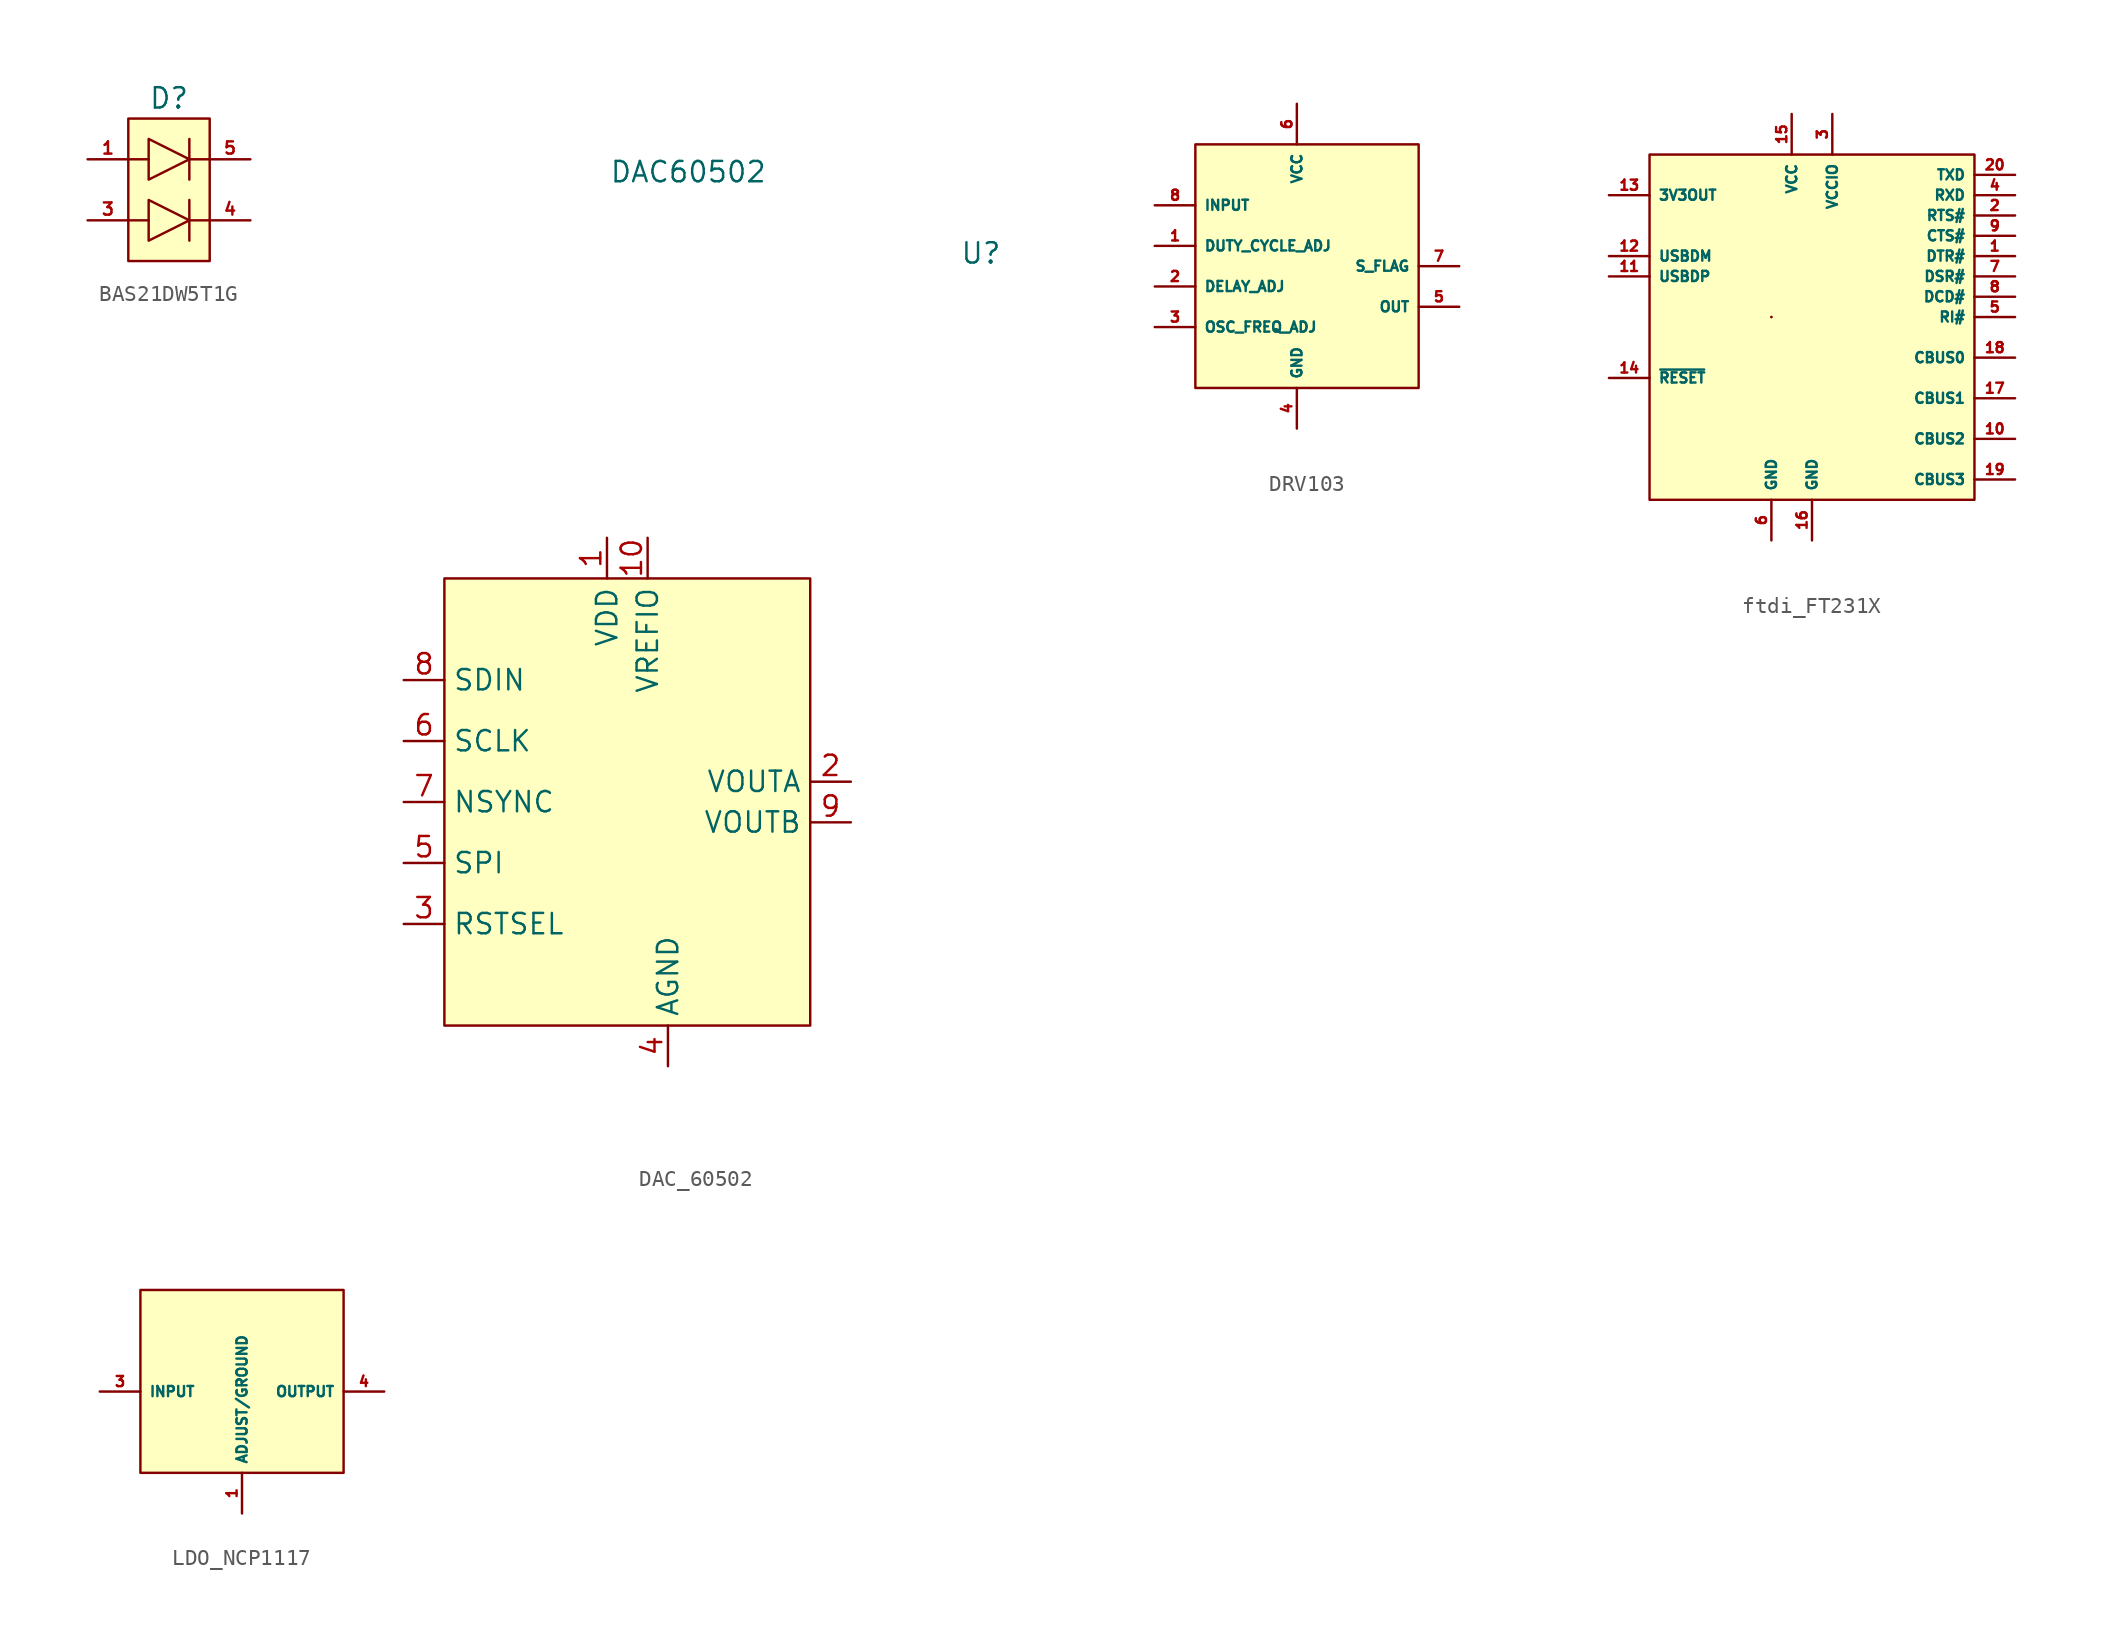
<source format=kicad_sym>
(kicad_symbol_lib
  (version 20241209)
  (generator "kicad_symbol_editor")
  (generator_version "9.0")
  (symbol "BAS21DW5T1G"
    (property "Reference" "D"
      (at 0 6.35 0)
      (effects (font (size 1.27 1.27))))
    (property "Value" ""
      (at 0 2.54 0)
      (effects (font (size 1.27 1.27))))
    (symbol "BAS21DW5T1G_0_1"
      (polyline (pts (xy -2.54 2.54) (xy -1.27 2.54)) (stroke (width 0) (type default)) (fill (type none)))
      (polyline (pts (xy -2.54 -1.27) (xy -1.27 -1.27)) (stroke (width 0) (type default)) (fill (type none)))
      (polyline (pts (xy -1.27 3.81) (xy -1.27 1.27) (xy 1.27 2.54) (xy -1.27 3.81)) (stroke (width 0) (type default)) (fill (type none)))
      (polyline (pts (xy -1.27 0) (xy -1.27 -2.54) (xy 1.27 -1.27) (xy -1.27 0)) (stroke (width 0) (type default)) (fill (type none)))
      (polyline (pts (xy 1.27 3.81) (xy 1.27 1.27)) (stroke (width 0) (type default)) (fill (type none)))
      (polyline (pts (xy 1.27 2.54) (xy 2.54 2.54)) (stroke (width 0) (type default)) (fill (type none)))
      (polyline (pts (xy 1.27 0) (xy 1.27 -2.54)) (stroke (width 0) (type default)) (fill (type none)))
      (polyline (pts (xy 1.27 -1.27) (xy 2.54 -1.27)) (stroke (width 0) (type default)) (fill (type none))))
    (symbol "BAS21DW5T1G_1_1"
      (rectangle (start -2.54 5.08) (end 2.54 -3.81) (stroke (width 0) (type default)) (fill (type background)))
      (pin passive line (at -5.08 2.54 0) (length 2.54) (name "" (effects (font (size 0.762 0.762)))) (number "1" (effects (font (size 0.762 0.762)))))
      (pin passive line (at -5.08 -1.27 0) (length 2.54) (name "" (effects (font (size 0.762 0.762)))) (number "3" (effects (font (size 0.762 0.762)))))
      (pin no_connect line (at -5.08 -2.54 0) (length 2.54) (hide yes) (name "" (effects (font (size 0.762 0.762)))) (number "2" (effects (font (size 0.762 0.762)))))
      (pin passive line (at 5.08 2.54 180) (length 2.54) (name "" (effects (font (size 0.762 0.762)))) (number "5" (effects (font (size 0.762 0.762)))))
      (pin passive line (at 5.08 -1.27 180) (length 2.54) (name "" (effects (font (size 0.762 0.762)))) (number "4" (effects (font (size 0.762 0.762)))))))
  (symbol "DAC_60502"
    (property "Reference" "U"
      (at 18.288 -5.08 0)
      (effects (font (size 1.27 1.27))))
    (property "Value" "DAC60502"
      (at 0 0 0)
      (effects (font (size 1.27 1.27))))
    (symbol "DAC_60502_1_1"
      (rectangle (start -15.24 -25.4) (end 7.62 -53.34) (stroke (width 0) (type solid)) (fill (type background)))
      (pin bidirectional line (at -17.78 -31.75 0) (length 2.54) (name "SDIN" (effects (font (size 1.27 1.27)))) (number "8" (effects (font (size 1.27 1.27)))) (alternate "SDA" input line))
      (pin input line (at -17.78 -35.56 0) (length 2.54) (name "SCLK" (effects (font (size 1.27 1.27)))) (number "6" (effects (font (size 1.27 1.27)))) (alternate "SCL" input line))
      (pin input line (at -17.78 -39.37 0) (length 2.54) (name "NSYNC" (effects (font (size 1.27 1.27)))) (number "7" (effects (font (size 1.27 1.27)))) (alternate "A0" input line))
      (pin input line (at -17.78 -43.18 0) (length 2.54) (name "SPI" (effects (font (size 1.27 1.27)))) (number "5" (effects (font (size 1.27 1.27)))) (alternate "I2C" input line))
      (pin input line (at -17.78 -46.99 0) (length 2.54) (name "RSTSEL" (effects (font (size 1.27 1.27)))) (number "3" (effects (font (size 1.27 1.27)))))
      (pin power_in line (at -5.08 -22.86 270) (length 2.54) (name "VDD" (effects (font (size 1.27 1.27)))) (number "1" (effects (font (size 1.27 1.27)))))
      (pin bidirectional line (at -2.54 -22.86 270) (length 2.54) (name "VREFIO" (effects (font (size 1.27 1.27)))) (number "10" (effects (font (size 1.27 1.27)))))
      (pin passive line (at -1.27 -55.88 90) (length 2.54) (name "AGND" (effects (font (size 1.27 1.27)))) (number "4" (effects (font (size 1.27 1.27)))))
      (pin output line (at 10.16 -38.1 180) (length 2.54) (name "VOUTA" (effects (font (size 1.27 1.27)))) (number "2" (effects (font (size 1.27 1.27)))))
      (pin output line (at 10.16 -40.64 180) (length 2.54) (name "VOUTB" (effects (font (size 1.27 1.27)))) (number "9" (effects (font (size 1.27 1.27)))))))
  (symbol "DRV103"
    (property "Reference" "U"
      (at 0 0 0)
      (effects (font (size 1.27 1.27)) (hide yes)))
    (property "Value" ""
      (at 0 0 0)
      (effects (font (size 1.27 1.27))))
    (symbol "DRV103_1_1"
      (rectangle (start -6.35 6.35) (end 7.62 -8.89) (stroke (width 0) (type solid)) (fill (type background)))
      (pin input line (at -8.89 2.54 0) (length 2.54) (name "INPUT" (effects (font (size 0.635 0.635)))) (number "8" (effects (font (size 0.635 0.635)))))
      (pin input line (at -8.89 0 0) (length 2.54) (name "DUTY_CYCLE_ADJ" (effects (font (size 0.635 0.635)))) (number "1" (effects (font (size 0.635 0.635)))))
      (pin input line (at -8.89 -2.54 0) (length 2.54) (name "DELAY_ADJ" (effects (font (size 0.635 0.635)))) (number "2" (effects (font (size 0.635 0.635)))))
      (pin input line (at -8.89 -5.08 0) (length 2.54) (name "OSC_FREQ_ADJ" (effects (font (size 0.635 0.635)))) (number "3" (effects (font (size 0.635 0.635)))))
      (pin input line (at 0 8.89 270) (length 2.54) (name "VCC" (effects (font (size 0.635 0.635)))) (number "6" (effects (font (size 0.635 0.635)))))
      (pin input line (at 0 -11.43 90) (length 2.54) (name "GND" (effects (font (size 0.635 0.635)))) (number "4" (effects (font (size 0.635 0.635)))))
      (pin input line (at 10.16 -1.27 180) (length 2.54) (name "S_FLAG" (effects (font (size 0.635 0.635)))) (number "7" (effects (font (size 0.635 0.635)))))
      (pin input line (at 10.16 -3.81 180) (length 2.54) (name "OUT" (effects (font (size 0.635 0.635)))) (number "5" (effects (font (size 0.635 0.635)))))))
  (symbol "ftdi_FT231X"
    (property "Reference" "U"
      (at 0 0 0)
      (effects (font (size 1.27 1.27)) (hide yes)))
    (symbol "ftdi_FT231X_0_1"
      (rectangle (start -2.54 -7.62) (end -2.54 -7.62) (stroke (width 0) (type default)) (fill (type none)))
      (rectangle (start -2.54 -7.62) (end -2.54 -7.62) (stroke (width 0) (type default)) (fill (type none))))
    (symbol "ftdi_FT231X_1_1"
      (rectangle (start -10.16 2.54) (end 10.16 -19.05) (stroke (width 0) (type solid)) (fill (type color) (color 255 255 194 1)))
      (pin input line (at -12.7 0 0) (length 2.54) (name "3V3OUT" (effects (font (size 0.635 0.635)))) (number "13" (effects (font (size 0.635 0.635)))))
      (pin input line (at -12.7 -3.81 0) (length 2.54) (name "USBDM" (effects (font (size 0.635 0.635)))) (number "12" (effects (font (size 0.635 0.635)))))
      (pin input line (at -12.7 -5.08 0) (length 2.54) (name "USBDP" (effects (font (size 0.635 0.635)))) (number "11" (effects (font (size 0.635 0.635)))))
      (pin input line (at -12.7 -11.43 0) (length 2.54) (name "~{RESET}" (effects (font (size 0.635 0.635)))) (number "14" (effects (font (size 0.635 0.635)))))
      (pin input line (at -2.54 -21.59 90) (length 2.54) (name "GND" (effects (font (size 0.635 0.635)))) (number "6" (effects (font (size 0.635 0.635)))))
      (pin input line (at -1.27 5.08 270) (length 2.54) (name "VCC" (effects (font (size 0.635 0.635)))) (number "15" (effects (font (size 0.635 0.635)))))
      (pin input line (at 0 -21.59 90) (length 2.54) (name "GND" (effects (font (size 0.635 0.635)))) (number "16" (effects (font (size 0.635 0.635)))))
      (pin input line (at 1.27 5.08 270) (length 2.54) (name "VCCIO" (effects (font (size 0.635 0.635)))) (number "3" (effects (font (size 0.635 0.635)))))
      (pin input line (at 12.7 1.27 180) (length 2.54) (name "TXD" (effects (font (size 0.635 0.635)))) (number "20" (effects (font (size 0.635 0.635)))))
      (pin input line (at 12.7 0 180) (length 2.54) (name "RXD" (effects (font (size 0.635 0.635)))) (number "4" (effects (font (size 0.635 0.635)))))
      (pin input line (at 12.7 -1.27 180) (length 2.54) (name "RTS#" (effects (font (size 0.635 0.635)))) (number "2" (effects (font (size 0.635 0.635)))))
      (pin input line (at 12.7 -2.54 180) (length 2.54) (name "CTS#" (effects (font (size 0.635 0.635)))) (number "9" (effects (font (size 0.635 0.635)))))
      (pin input line (at 12.7 -3.81 180) (length 2.54) (name "DTR#" (effects (font (size 0.635 0.635)))) (number "1" (effects (font (size 0.635 0.635)))))
      (pin input line (at 12.7 -5.08 180) (length 2.54) (name "DSR#" (effects (font (size 0.635 0.635)))) (number "7" (effects (font (size 0.635 0.635)))))
      (pin input line (at 12.7 -6.35 180) (length 2.54) (name "DCD#" (effects (font (size 0.635 0.635)))) (number "8" (effects (font (size 0.635 0.635)))))
      (pin input line (at 12.7 -7.62 180) (length 2.54) (name "RI#" (effects (font (size 0.635 0.635)))) (number "5" (effects (font (size 0.635 0.635)))))
      (pin input line (at 12.7 -10.16 180) (length 2.54) (name "CBUS0" (effects (font (size 0.635 0.635)))) (number "18" (effects (font (size 0.635 0.635)))))
      (pin input line (at 12.7 -12.7 180) (length 2.54) (name "CBUS1" (effects (font (size 0.635 0.635)))) (number "17" (effects (font (size 0.635 0.635)))))
      (pin input line (at 12.7 -15.24 180) (length 2.54) (name "CBUS2" (effects (font (size 0.635 0.635)))) (number "10" (effects (font (size 0.635 0.635)))))
      (pin input line (at 12.7 -17.78 180) (length 2.54) (name "CBUS3" (effects (font (size 0.635 0.635)))) (number "19" (effects (font (size 0.635 0.635)))))))
  (symbol "LDO_NCP1117"
    (property "Reference" "U"
      (at 0 0 0)
      (effects (font (size 1.27 1.27)) (hide yes)))
    (property "Value" ""
      (at 0 0 0)
      (effects (font (size 1.27 1.27))))
    (symbol "LDO_NCP1117_1_1"
      (rectangle (start -6.35 8.89) (end 6.35 -2.54) (stroke (width 0) (type solid)) (fill (type background)))
      (pin input line (at -8.89 2.54 0) (length 2.54) (name "INPUT" (effects (font (size 0.635 0.635)))) (number "3" (effects (font (size 0.635 0.635)))))
      (pin input line (at 0 -5.08 90) (length 2.54) (name "ADJUST/GROUND" (effects (font (size 0.635 0.635)))) (number "1" (effects (font (size 0.635 0.635)))))
      (pin input line (at 8.89 2.54 180) (length 2.54) (name "OUTPUT" (effects (font (size 0.635 0.635)))) (number "4" (effects (font (size 0.635 0.635))))))))
</source>
